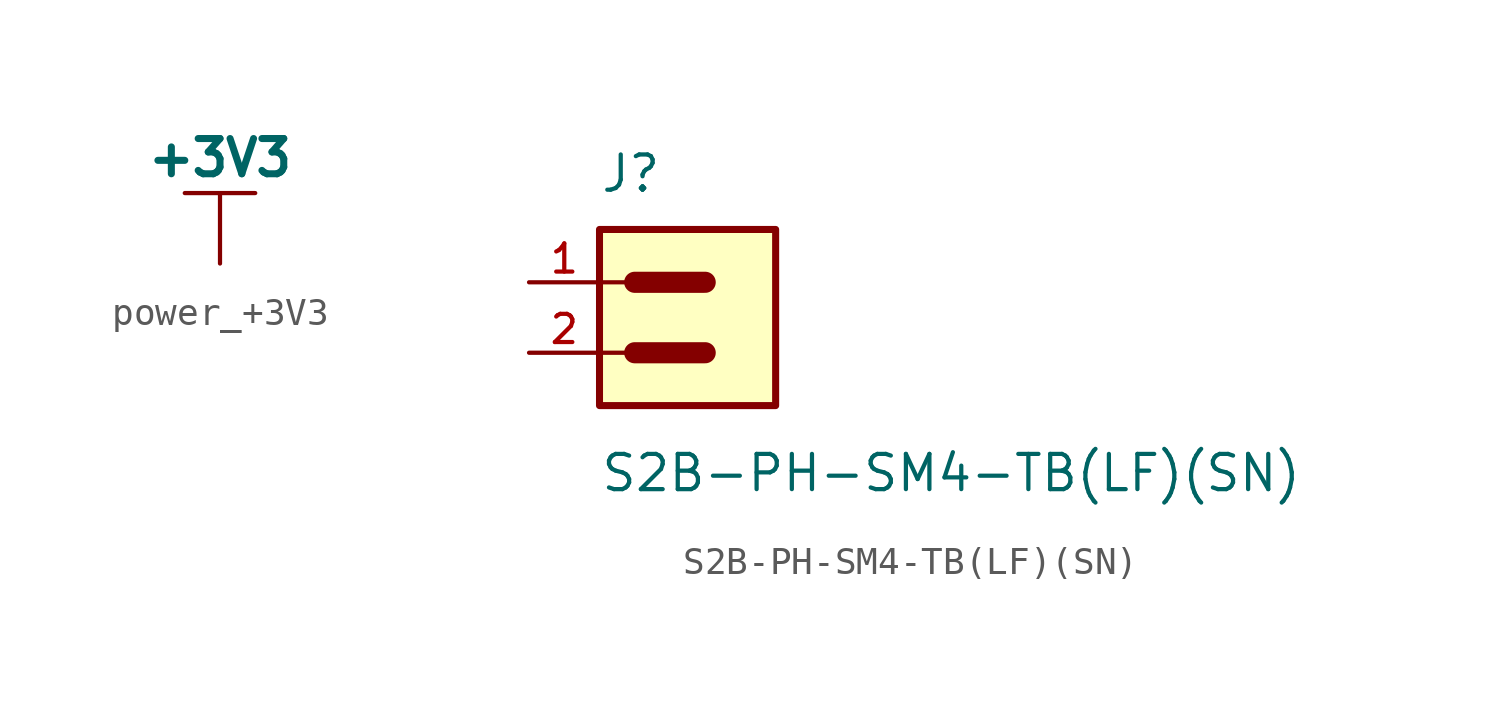
<source format=kicad_sym>
(kicad_symbol_lib
  (version 20220914)
  (generator kicad_symbol_editor)
  (symbol "power_+3V3"
    (power)
    (pin_names
      (offset 0))
    (property "Reference" "#PWR"
      (at 0 -3.81 0)
      (effects (font (size 1.27 1.27)) hide))
    (property "Value" "+3V3"
      (at 0 3.81 0)
      (effects (font (size 1.27 1.27) bold)))
    (symbol "power_+3V3_0_1"
      (polyline (pts (xy -1.27 2.54) (xy 0 2.54)) (stroke (width 0) (type default)) (fill (type none)))
      (polyline (pts (xy 0 0) (xy 0 2.54)) (stroke (width 0) (type default)) (fill (type none)))
      (polyline (pts (xy 0 2.54) (xy 1.27 2.54)) (stroke (width 0) (type default)) (fill (type none))))
    (symbol "power_+3V3_1_1"
      (pin power_in line (at 0 0 90) (length 0) hide (name "+3V3" (effects (font (size 1.27 1.27)))) (number "1" (effects (font (size 1.27 1.27)))))))
  (symbol "S2B-PH-SM4-TB(LF)(SN)"
    (pin_names
      (offset 1.016))
    (property "Reference" "J"
      (at -1.27 4.445 0)
      (effects (font (size 1.27 1.27)) (justify left bottom)))
    (property "Value" "S2B-PH-SM4-TB(LF)(SN)"
      (at -1.27 -6.35 0)
      (effects (font (size 1.27 1.27)) (justify left bottom)))
    (symbol "S2B-PH-SM4-TB(LF)(SN)_0_0"
      (rectangle (start -1.27 3.175) (end 5.08 -3.175) (stroke (width 0.254) (type default)) (fill (type background)))
      (polyline (pts (xy 0 -1.27) (xy 2.54 -1.27)) (stroke (width 0.762) (type default)) (fill (type none)))
      (polyline (pts (xy 0 1.27) (xy 2.54 1.27)) (stroke (width 0.762) (type default)) (fill (type none))))
    (symbol "S2B-PH-SM4-TB(LF)(SN)_0_1"
      (polyline (pts (xy -1.27 -1.27) (xy 0 -1.27)) (stroke (width 0) (type default)) (fill (type none)))
      (polyline (pts (xy -1.27 1.27) (xy 0 1.27)) (stroke (width 0) (type default)) (fill (type none))))
    (symbol "S2B-PH-SM4-TB(LF)(SN)_1_0"
      (pin passive line (at -3.81 1.27 0) (length 2.54) (name "" (effects (font (size 1.016 1.016)))) (number "1" (effects (font (size 1.016 1.016)))))
      (pin passive line (at -3.81 -1.27 0) (length 2.54) (name "" (effects (font (size 1.016 1.016)))) (number "2" (effects (font (size 1.016 1.016))))))))
</source>
